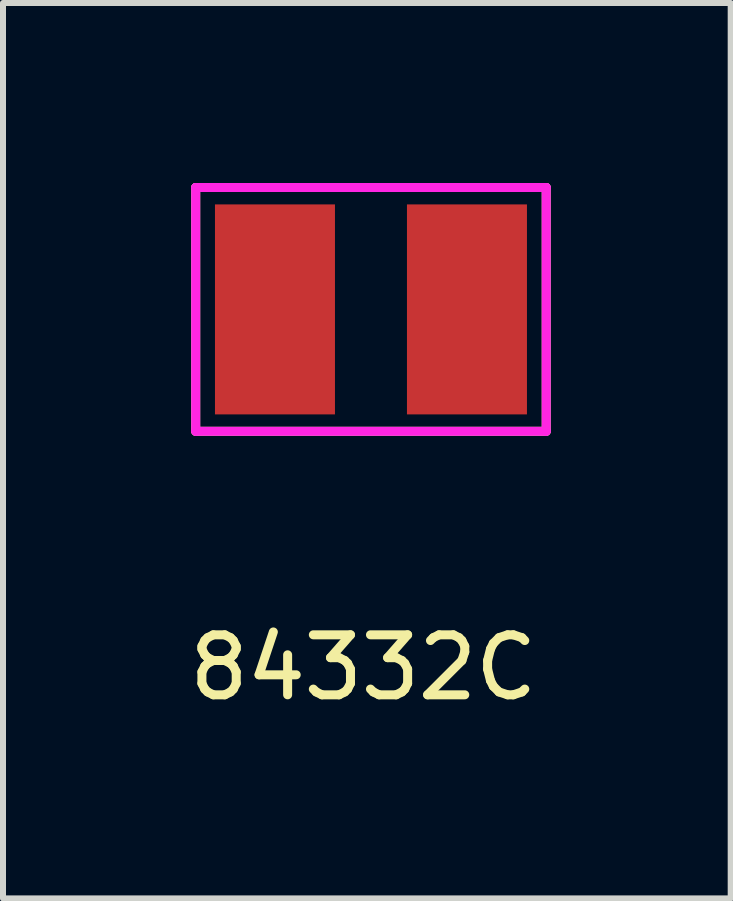
<source format=kicad_pcb>
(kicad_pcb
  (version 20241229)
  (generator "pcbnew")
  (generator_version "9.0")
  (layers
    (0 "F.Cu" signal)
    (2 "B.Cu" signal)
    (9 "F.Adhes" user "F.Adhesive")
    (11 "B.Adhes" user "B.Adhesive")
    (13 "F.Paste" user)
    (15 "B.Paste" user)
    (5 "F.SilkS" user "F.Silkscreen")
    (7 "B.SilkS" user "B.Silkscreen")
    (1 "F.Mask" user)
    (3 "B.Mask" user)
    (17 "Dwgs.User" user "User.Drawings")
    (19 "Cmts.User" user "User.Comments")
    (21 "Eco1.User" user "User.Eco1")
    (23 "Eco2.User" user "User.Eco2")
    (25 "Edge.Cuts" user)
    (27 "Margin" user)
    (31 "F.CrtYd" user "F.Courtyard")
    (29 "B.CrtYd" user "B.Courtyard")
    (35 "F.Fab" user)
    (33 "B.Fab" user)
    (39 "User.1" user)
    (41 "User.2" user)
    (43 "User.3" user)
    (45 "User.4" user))
  (footprint "84332C"
    (layer "F.Cu")
    (at 3.133 2.107)
    (property "Reference" "84332C" (at -0.127 5.969 0) (layer "F.SilkS") (effects (font (size 1 1) (thickness 0.15))))
    (attr through_hole)
    (fp_line (start -2.921 -2.032) (end -2.921 2.032) (stroke (width 0.15) (type solid)) (layer "F.SilkS"))
    (fp_line (start -2.921 2.032) (end 2.921 2.032) (stroke (width 0.15) (type solid)) (layer "F.SilkS"))
    (fp_line (start 2.921 -2.032) (end -2.921 -2.032) (stroke (width 0.15) (type solid)) (layer "F.SilkS"))
    (fp_line (start 2.921 2.032) (end 2.921 -2.032) (stroke (width 0.15) (type solid)) (layer "F.SilkS"))
    (fp_line (start -2.921 -2.032) (end -2.921 2.032) (stroke (width 0.15) (type solid)) (layer "F.CrtYd"))
    (fp_line (start -2.921 2.032) (end 2.921 2.032) (stroke (width 0.15) (type solid)) (layer "F.CrtYd"))
    (fp_line (start 2.921 -2.032) (end -2.921 -2.032) (stroke (width 0.15) (type solid)) (layer "F.CrtYd"))
    (fp_line (start 2.921 2.032) (end 2.921 -2.032) (stroke (width 0.15) (type solid)) (layer "F.CrtYd"))
    (pad "1" smd rect (at 1.6 0) (size 2 3.5) (layers "F.Cu" "F.Mask" "F.Paste"))
    (pad "2" smd rect (at -1.6 0) (size 2 3.5) (layers "F.Cu" "F.Mask" "F.Paste")))
  (gr_rect
    (start -3 -3)
    (end 9.129 11.924)
    (stroke (width 0.1) (type default))
    (fill no)
    (layer "Edge.Cuts")))
</source>
